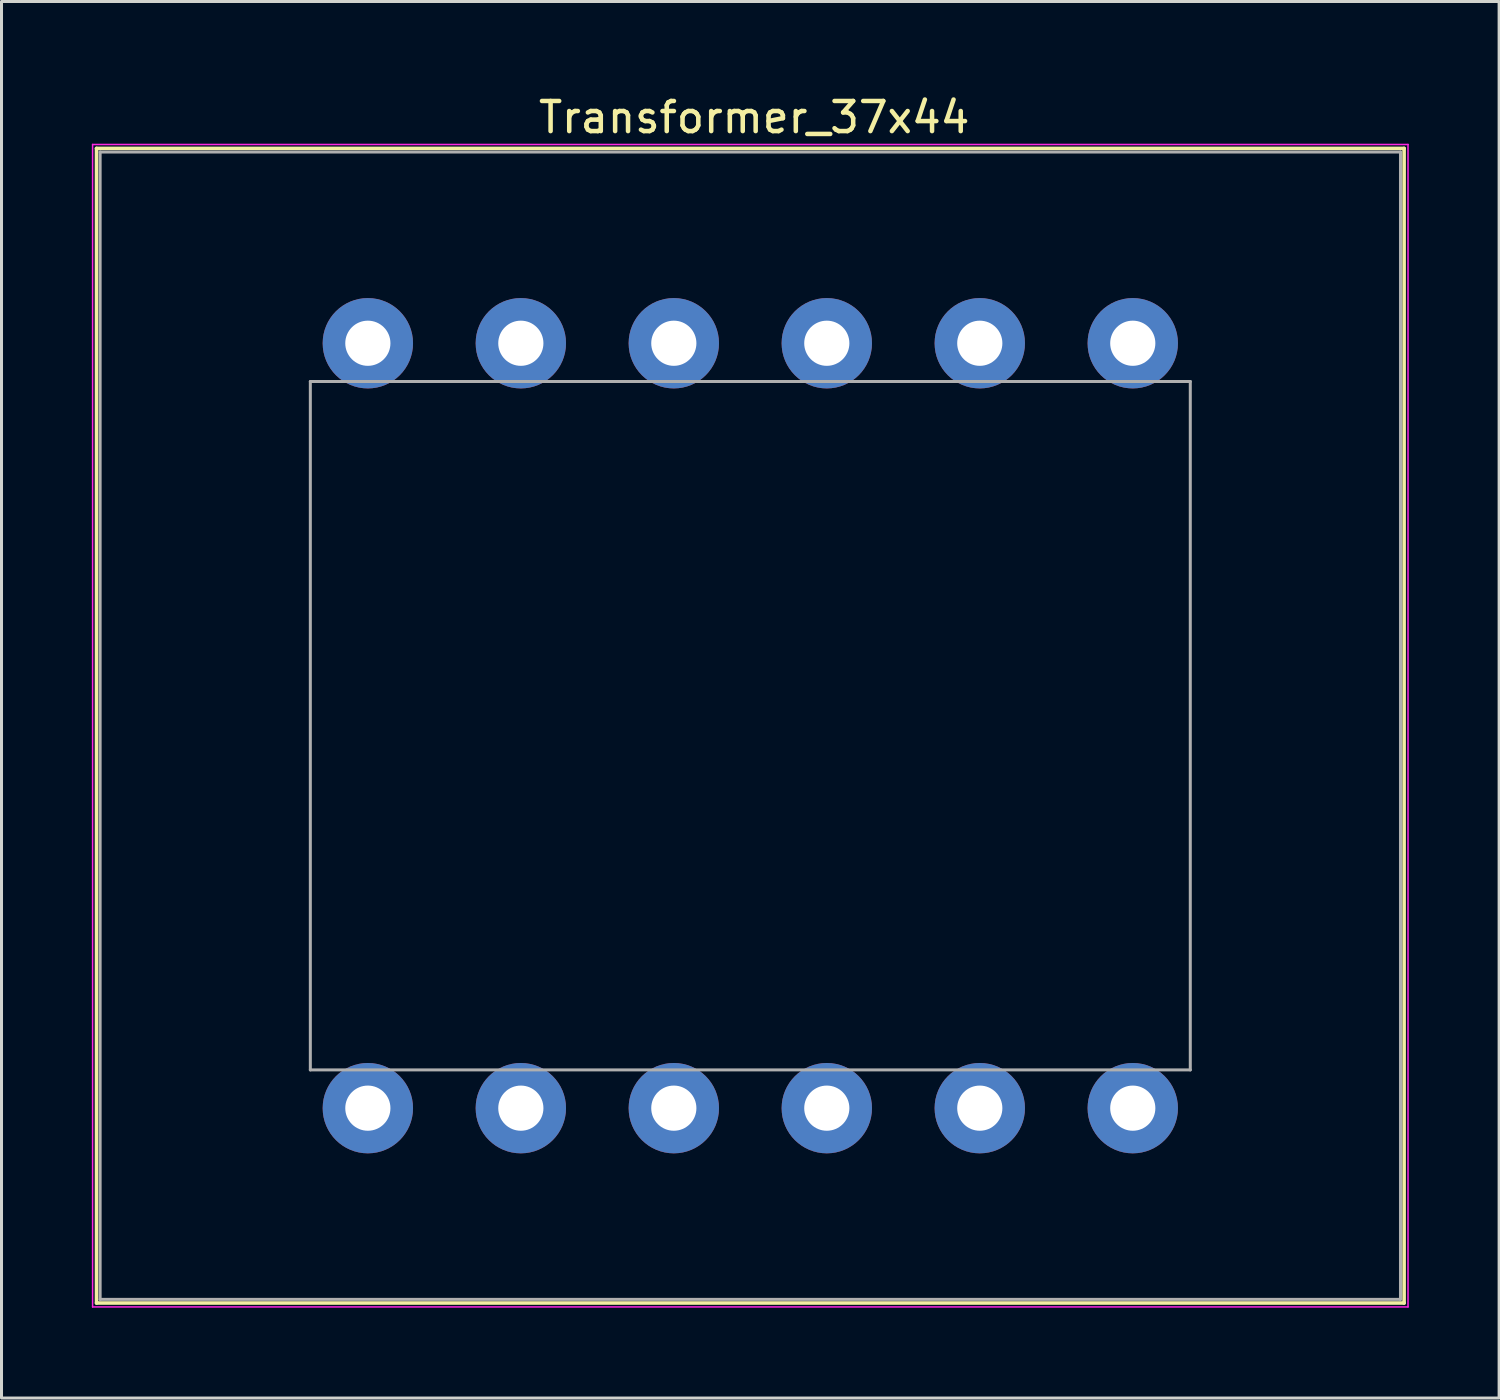
<source format=kicad_pcb>
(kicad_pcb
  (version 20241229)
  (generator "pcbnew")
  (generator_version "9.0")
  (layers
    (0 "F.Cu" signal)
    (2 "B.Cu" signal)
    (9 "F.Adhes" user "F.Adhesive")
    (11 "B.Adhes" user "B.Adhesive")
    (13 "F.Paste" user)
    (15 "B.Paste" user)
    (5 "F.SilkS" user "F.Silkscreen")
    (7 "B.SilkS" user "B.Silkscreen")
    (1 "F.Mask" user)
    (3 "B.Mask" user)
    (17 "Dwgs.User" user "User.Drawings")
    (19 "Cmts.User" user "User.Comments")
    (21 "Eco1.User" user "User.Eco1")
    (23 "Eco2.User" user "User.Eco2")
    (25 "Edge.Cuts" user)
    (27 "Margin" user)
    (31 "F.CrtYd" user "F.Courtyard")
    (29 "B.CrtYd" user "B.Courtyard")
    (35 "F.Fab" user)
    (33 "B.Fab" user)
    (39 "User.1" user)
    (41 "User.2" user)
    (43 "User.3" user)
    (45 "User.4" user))
  (footprint "Transformer_37x44"
    (layer "F.Cu")
    (at 14.245 8.348)
    (property "Reference" "Transformer_37x44" (at 7.75 -7.5 0) (layer "F.SilkS") (effects (font (size 1 1) (thickness 0.15))))
    (attr through_hole)
    (fp_line (start -14.09 -6.47) (end -14.09 31.87) (stroke (width 0.12) (type solid)) (layer "F.SilkS"))
    (fp_line (start -14.09 -6.47) (end 29.33 -6.47) (stroke (width 0.12) (type solid)) (layer "F.SilkS"))
    (fp_line (start 29.33 31.87) (end -14.09 31.87) (stroke (width 0.12) (type solid)) (layer "F.SilkS"))
    (fp_line (start 29.33 31.87) (end 29.33 -6.47) (stroke (width 0.12) (type solid)) (layer "F.SilkS"))
    (fp_line (start -14.22 -6.6) (end -14.22 32) (stroke (width 0.05) (type solid)) (layer "F.CrtYd"))
    (fp_line (start -14.22 -6.6) (end 29.46 -6.6) (stroke (width 0.05) (type solid)) (layer "F.CrtYd"))
    (fp_line (start 29.46 32) (end -14.22 32) (stroke (width 0.05) (type solid)) (layer "F.CrtYd"))
    (fp_line (start 29.46 32) (end 29.46 -6.6) (stroke (width 0.05) (type solid)) (layer "F.CrtYd"))
    (fp_line (start -13.97 -6.35) (end 29.21 -6.35) (stroke (width 0.1) (type solid)) (layer "F.Fab"))
    (fp_line (start -13.97 31.75) (end -13.97 -6.35) (stroke (width 0.1) (type solid)) (layer "F.Fab"))
    (fp_line (start -6.99 1.27) (end 22.23 1.27) (stroke (width 0.1) (type solid)) (layer "F.Fab"))
    (fp_line (start -6.99 24.13) (end -6.99 1.27) (stroke (width 0.1) (type solid)) (layer "F.Fab"))
    (fp_line (start 22.23 1.27) (end 22.23 24.13) (stroke (width 0.1) (type solid)) (layer "F.Fab"))
    (fp_line (start 22.23 24.13) (end -6.99 24.13) (stroke (width 0.1) (type solid)) (layer "F.Fab"))
    (fp_line (start 29.21 -6.35) (end 29.21 31.75) (stroke (width 0.1) (type solid)) (layer "F.Fab"))
    (fp_line (start 29.21 31.75) (end -13.97 31.75) (stroke (width 0.1) (type solid)) (layer "F.Fab"))
    (pad "" thru_hole circle (at -5.08 0) (size 3 3) (drill 1.5) (layers "*.Cu" "*.Mask"))
    (pad "" thru_hole circle (at 0 25.4) (size 3 3) (drill 1.5) (layers "*.Cu" "*.Mask"))
    (pad "" thru_hole circle (at 5.08 0) (size 3 3) (drill 1.5) (layers "*.Cu" "*.Mask"))
    (pad "" thru_hole circle (at 10.16 0) (size 3 3) (drill 1.5) (layers "*.Cu" "*.Mask"))
    (pad "" thru_hole circle (at 10.16 25.4) (size 3 3) (drill 1.5) (layers "*.Cu" "*.Mask"))
    (pad "" thru_hole circle (at 15.24 0) (size 3 3) (drill 1.5) (layers "*.Cu" "*.Mask"))
    (pad "" thru_hole circle (at 15.24 25.4) (size 3 3) (drill 1.5) (layers "*.Cu" "*.Mask"))
    (pad "" thru_hole circle (at 20.32 25.4) (size 3 3) (drill 1.5) (layers "*.Cu" "*.Mask"))
    (pad "1" thru_hole circle (at 0 0) (size 3 3) (drill 1.5) (layers "*.Cu" "*.Mask"))
    (pad "2" thru_hole circle (at 20.32 0) (size 3 3) (drill 1.5) (layers "*.Cu" "*.Mask"))
    (pad "3" thru_hole circle (at 5.08 25.4) (size 3 3) (drill 1.5) (layers "*.Cu" "*.Mask"))
    (pad "4" thru_hole circle (at -5.08 25.4) (size 3 3) (drill 1.5) (layers "*.Cu" "*.Mask")))
  (gr_rect
    (start -3 -3)
    (end 46.73 43.373)
    (stroke (width 0.1) (type default))
    (fill no)
    (layer "Edge.Cuts")))
</source>
